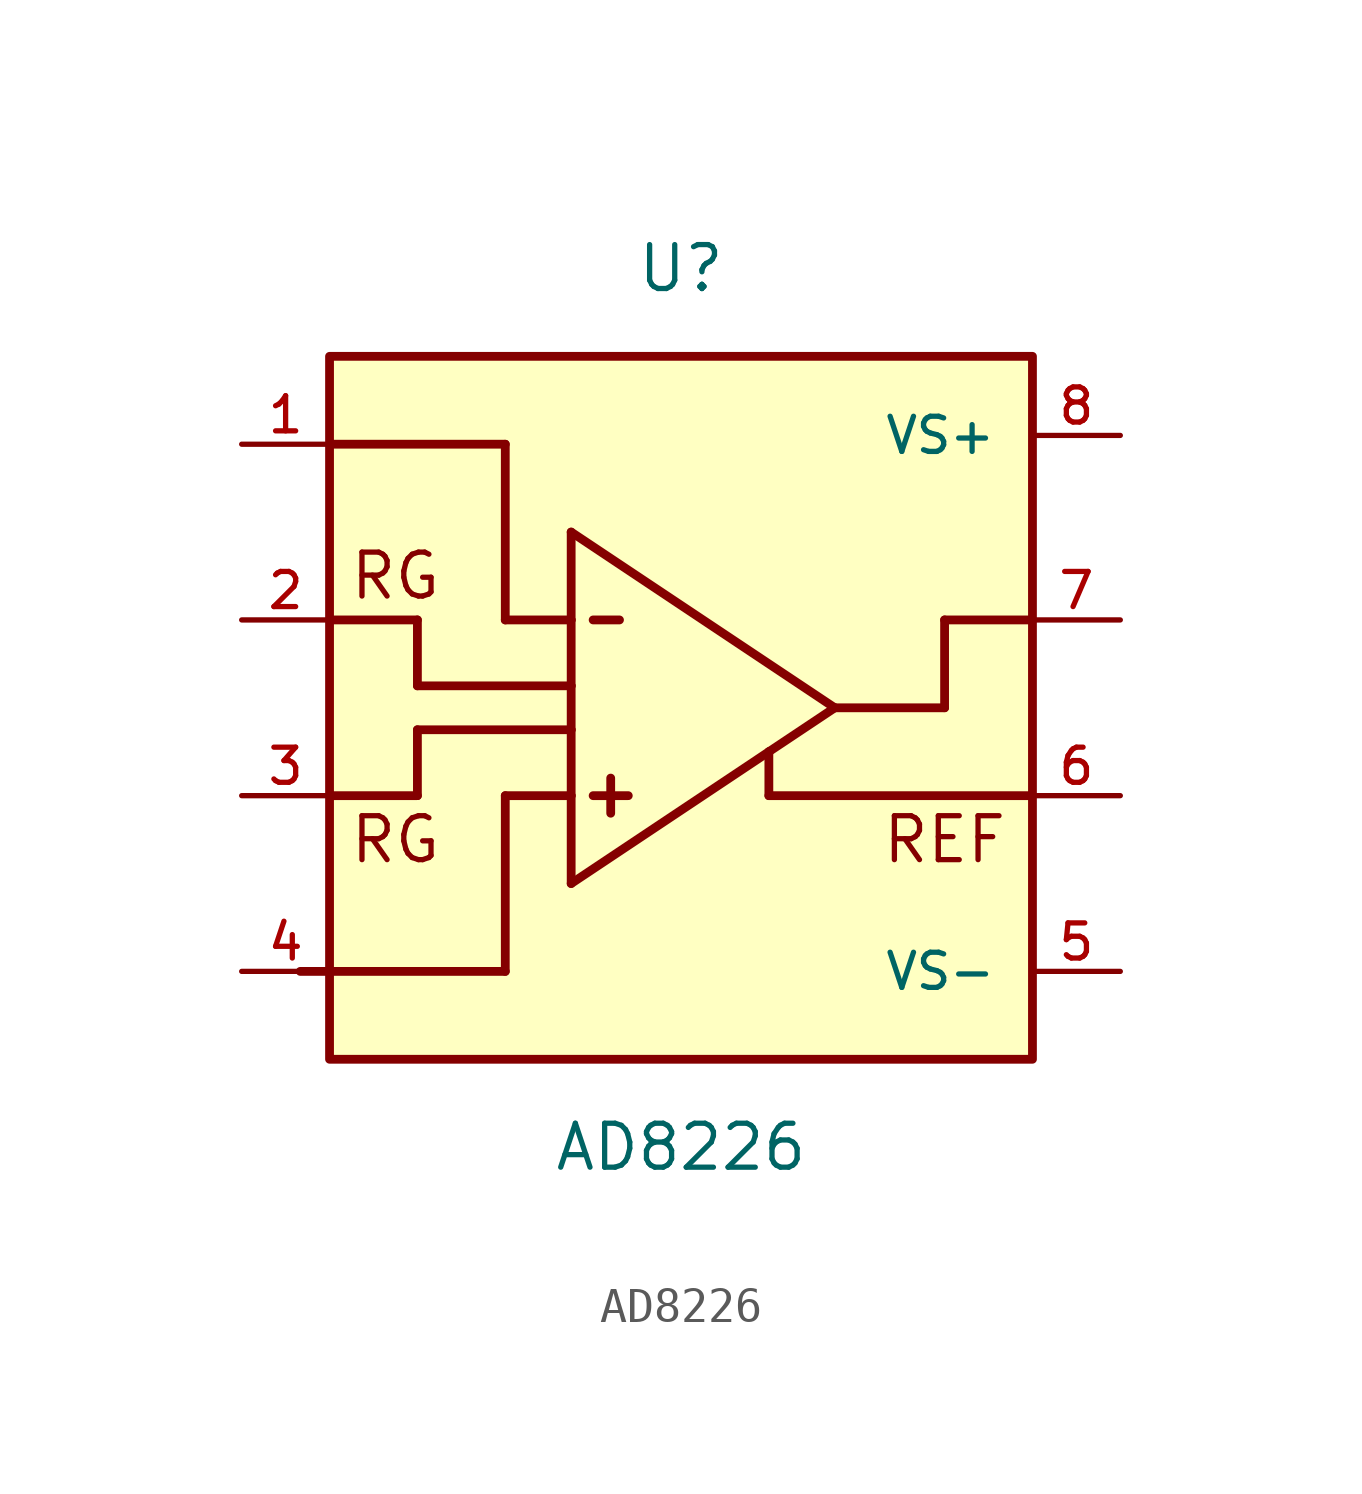
<source format=kicad_sym>
(kicad_symbol_lib
  (version 20211014)
  (generator kicad_symbol_editor)
  (symbol "AD8226"
    (pin_names
      (offset 1.016))
    (property "Reference" "U"
      (at 0.0 12.7 0)
      (effects (font (size 1.27 1.27))))
    (property "Value" "AD8226"
      (at 0.0 -12.7 0)
      (effects (font (size 1.27 1.27))))
    (symbol "AD8226_0_0"
      (polyline (pts (xy -3.175 5.08) (xy -3.175 2.54)) (stroke (width 0.254)))
      (polyline (pts (xy -3.175 2.54) (xy -3.175 0.635)) (stroke (width 0.254)))
      (polyline (pts (xy -3.175 0.635) (xy -3.175 -0.635)) (stroke (width 0.254)))
      (polyline (pts (xy -3.175 -0.635) (xy -3.175 -2.54)) (stroke (width 0.254)))
      (polyline (pts (xy -3.175 -2.54) (xy -3.175 -5.08)) (stroke (width 0.254)))
      (polyline (pts (xy -3.175 -5.08) (xy 2.54 -1.27)) (stroke (width 0.254)))
      (polyline (pts (xy 2.54 -1.27) (xy 4.445 0.0)) (stroke (width 0.254)))
      (polyline (pts (xy 4.445 0.0) (xy -3.175 5.08)) (stroke (width 0.254)))
      (polyline (pts (xy -2.54 2.54) (xy -1.778 2.54)) (stroke (width 0.254)))
      (polyline (pts (xy -2.54 -2.54) (xy -1.524 -2.54)) (stroke (width 0.254)))
      (polyline (pts (xy -2.032 -2.032) (xy -2.032 -3.048)) (stroke (width 0.254)))
      (polyline (pts (xy -3.175 2.54) (xy -5.08 2.54)) (stroke (width 0.254)))
      (polyline (pts (xy -5.08 2.54) (xy -5.08 7.62)) (stroke (width 0.254)))
      (polyline (pts (xy -5.08 7.62) (xy -10.16 7.62)) (stroke (width 0.254)))
      (polyline (pts (xy -3.175 -2.54) (xy -5.08 -2.54)) (stroke (width 0.254)))
      (polyline (pts (xy -5.08 -2.54) (xy -5.08 -7.62)) (stroke (width 0.254)))
      (polyline (pts (xy -5.08 -7.62) (xy -11.007 -7.62)) (stroke (width 0.254)))
      (polyline (pts (xy 4.445 0.0) (xy 7.62 0.0)) (stroke (width 0.254)))
      (polyline (pts (xy 7.62 0.0) (xy 7.62 2.54)) (stroke (width 0.254)))
      (polyline (pts (xy 7.62 2.54) (xy 10.16 2.54)) (stroke (width 0.254)))
      (polyline (pts (xy -10.16 2.54) (xy -7.62 2.54)) (stroke (width 0.254)))
      (polyline (pts (xy -7.62 2.54) (xy -7.62 0.635)) (stroke (width 0.254)))
      (polyline (pts (xy -7.62 0.635) (xy -3.175 0.635)) (stroke (width 0.254)))
      (polyline (pts (xy -10.16 -2.54) (xy -7.62 -2.54)) (stroke (width 0.254)))
      (polyline (pts (xy -7.62 -2.54) (xy -7.62 -0.635)) (stroke (width 0.254)))
      (polyline (pts (xy -7.62 -0.635) (xy -3.175 -0.635)) (stroke (width 0.254)))
      (polyline (pts (xy 10.16 -2.54) (xy 2.54 -2.54)) (stroke (width 0.254)))
      (polyline (pts (xy 2.54 -2.54) (xy 2.54 -1.27)) (stroke (width 0.254)))
      (text "RG" (at -8.255 3.81 0) (effects (font (size 1.27 1.27))))
      (text "RG" (at -8.255 -3.81 0) (effects (font (size 1.27 1.27))))
      (text "REF" (at 7.62 -3.81 0) (effects (font (size 1.27 1.27))))
      (rectangle (start -10.16 -10.16) (end 10.16 10.16) (stroke (width 0.254)) (fill (type background)))
      (pin input line (at -12.7 7.62 0) (length 2.54) (name "~" (effects (font (size 1.016 1.016)))) (number "1" (effects (font (size 1.016 1.016)))))
      (pin input line (at -12.7 -7.62 0) (length 2.54) (name "~" (effects (font (size 1.016 1.016)))) (number "4" (effects (font (size 1.016 1.016)))))
      (pin output line (at 12.7 2.54 180.0) (length 2.54) (name "~" (effects (font (size 1.016 1.016)))) (number "7" (effects (font (size 1.016 1.016)))))
      (pin input line (at 12.7 -2.54 180.0) (length 2.54) (name "~" (effects (font (size 1.016 1.016)))) (number "6" (effects (font (size 1.016 1.016)))))
      (pin power_in line (at 12.7 7.874 180.0) (length 2.54) (name "VS+" (effects (font (size 1.016 1.016)))) (number "8" (effects (font (size 1.016 1.016)))))
      (pin power_in line (at 12.7 -7.62 180.0) (length 2.54) (name "VS-" (effects (font (size 1.016 1.016)))) (number "5" (effects (font (size 1.016 1.016)))))
      (pin bidirectional line (at -12.7 2.54 0) (length 2.54) (name "~" (effects (font (size 1.016 1.016)))) (number "2" (effects (font (size 1.016 1.016)))))
      (pin bidirectional line (at -12.7 -2.54 0) (length 2.54) (name "~" (effects (font (size 1.016 1.016)))) (number "3" (effects (font (size 1.016 1.016))))))))
</source>
